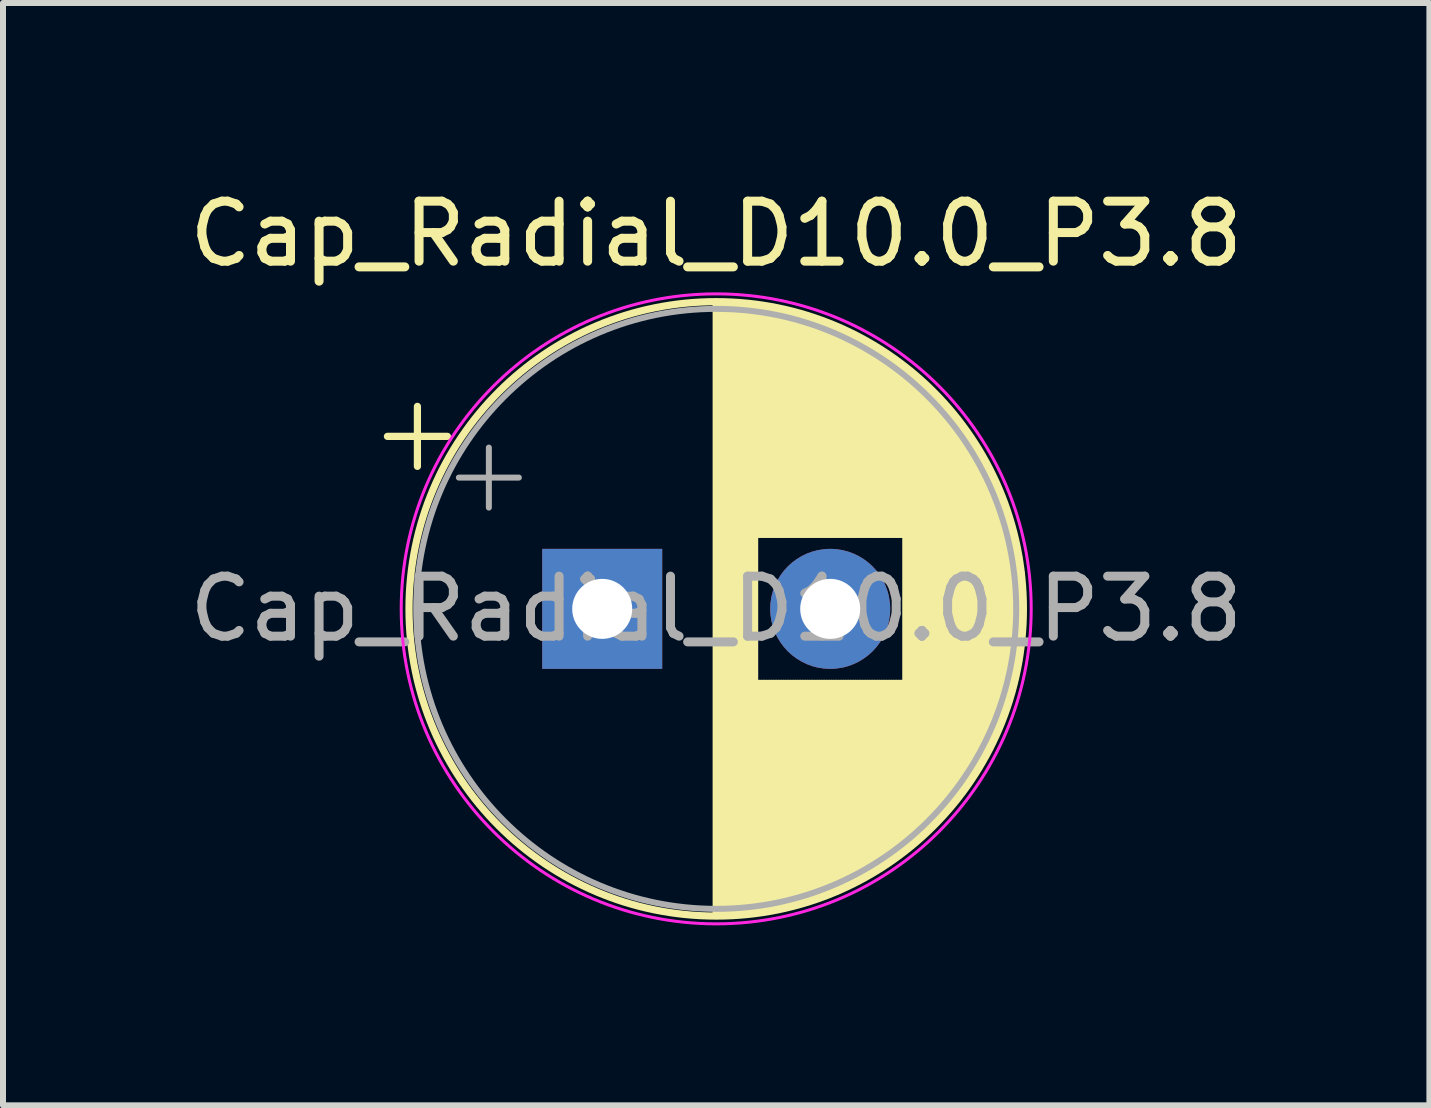
<source format=kicad_pcb>
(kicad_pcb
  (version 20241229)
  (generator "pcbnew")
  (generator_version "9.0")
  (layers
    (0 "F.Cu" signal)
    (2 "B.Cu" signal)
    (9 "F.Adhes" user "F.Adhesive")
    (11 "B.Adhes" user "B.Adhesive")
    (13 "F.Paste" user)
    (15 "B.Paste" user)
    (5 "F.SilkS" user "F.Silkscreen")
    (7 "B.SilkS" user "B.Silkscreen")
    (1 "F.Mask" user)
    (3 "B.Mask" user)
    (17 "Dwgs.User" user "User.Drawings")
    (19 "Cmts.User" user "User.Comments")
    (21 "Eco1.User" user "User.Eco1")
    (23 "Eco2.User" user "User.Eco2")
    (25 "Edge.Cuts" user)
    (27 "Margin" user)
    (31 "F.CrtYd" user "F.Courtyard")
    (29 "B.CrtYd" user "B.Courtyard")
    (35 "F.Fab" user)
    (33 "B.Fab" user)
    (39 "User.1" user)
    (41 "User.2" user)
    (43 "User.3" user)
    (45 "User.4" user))
  (footprint "Cap_Radial_D10.0_P3.8"
    (layer "F.Cu")
    (at 6.987 7.098)
    (property "Reference" "Cap_Radial_D10.0_P3.8" (at 1.9 -6.25 0) (layer "F.SilkS") (effects (font (size 1 1) (thickness 0.15))))
    (attr through_hole)
    (fp_line (start -3.58 -2.875) (end -2.58 -2.875) (stroke (width 0.12) (type solid)) (layer "F.SilkS"))
    (fp_line (start -3.08 -3.375) (end -3.08 -2.375) (stroke (width 0.12) (type solid)) (layer "F.SilkS"))
    (fp_line (start 1.9 -5.08) (end 1.9 5.08) (stroke (width 0.12) (type solid)) (layer "F.SilkS"))
    (fp_line (start 1.94 -5.08) (end 1.94 5.08) (stroke (width 0.12) (type solid)) (layer "F.SilkS"))
    (fp_line (start 1.98 -5.08) (end 1.98 5.08) (stroke (width 0.12) (type solid)) (layer "F.SilkS"))
    (fp_line (start 2.02 -5.079) (end 2.02 5.079) (stroke (width 0.12) (type solid)) (layer "F.SilkS"))
    (fp_line (start 2.06 -5.078) (end 2.06 5.078) (stroke (width 0.12) (type solid)) (layer "F.SilkS"))
    (fp_line (start 2.1 -5.077) (end 2.1 5.077) (stroke (width 0.12) (type solid)) (layer "F.SilkS"))
    (fp_line (start 2.14 -5.075) (end 2.14 5.075) (stroke (width 0.12) (type solid)) (layer "F.SilkS"))
    (fp_line (start 2.18 -5.073) (end 2.18 5.073) (stroke (width 0.12) (type solid)) (layer "F.SilkS"))
    (fp_line (start 2.22 -5.07) (end 2.22 5.07) (stroke (width 0.12) (type solid)) (layer "F.SilkS"))
    (fp_line (start 2.26 -5.068) (end 2.26 5.068) (stroke (width 0.12) (type solid)) (layer "F.SilkS"))
    (fp_line (start 2.3 -5.065) (end 2.3 5.065) (stroke (width 0.12) (type solid)) (layer "F.SilkS"))
    (fp_line (start 2.34 -5.062) (end 2.34 5.062) (stroke (width 0.12) (type solid)) (layer "F.SilkS"))
    (fp_line (start 2.38 -5.058) (end 2.38 5.058) (stroke (width 0.12) (type solid)) (layer "F.SilkS"))
    (fp_line (start 2.42 -5.054) (end 2.42 5.054) (stroke (width 0.12) (type solid)) (layer "F.SilkS"))
    (fp_line (start 2.46 -5.05) (end 2.46 5.05) (stroke (width 0.12) (type solid)) (layer "F.SilkS"))
    (fp_line (start 2.5 -5.045) (end 2.5 5.045) (stroke (width 0.12) (type solid)) (layer "F.SilkS"))
    (fp_line (start 2.54 -5.04) (end 2.54 5.04) (stroke (width 0.12) (type solid)) (layer "F.SilkS"))
    (fp_line (start 2.58 -5.035) (end 2.58 -1.241) (stroke (width 0.12) (type solid)) (layer "F.SilkS"))
    (fp_line (start 2.58 1.241) (end 2.58 5.035) (stroke (width 0.12) (type solid)) (layer "F.SilkS"))
    (fp_line (start 2.621 -5.03) (end 2.621 -1.241) (stroke (width 0.12) (type solid)) (layer "F.SilkS"))
    (fp_line (start 2.621 1.241) (end 2.621 5.03) (stroke (width 0.12) (type solid)) (layer "F.SilkS"))
    (fp_line (start 2.661 -5.024) (end 2.661 -1.241) (stroke (width 0.12) (type solid)) (layer "F.SilkS"))
    (fp_line (start 2.661 1.241) (end 2.661 5.024) (stroke (width 0.12) (type solid)) (layer "F.SilkS"))
    (fp_line (start 2.701 -5.018) (end 2.701 -1.241) (stroke (width 0.12) (type solid)) (layer "F.SilkS"))
    (fp_line (start 2.701 1.241) (end 2.701 5.018) (stroke (width 0.12) (type solid)) (layer "F.SilkS"))
    (fp_line (start 2.741 -5.011) (end 2.741 -1.241) (stroke (width 0.12) (type solid)) (layer "F.SilkS"))
    (fp_line (start 2.741 1.241) (end 2.741 5.011) (stroke (width 0.12) (type solid)) (layer "F.SilkS"))
    (fp_line (start 2.781 -5.004) (end 2.781 -1.241) (stroke (width 0.12) (type solid)) (layer "F.SilkS"))
    (fp_line (start 2.781 1.241) (end 2.781 5.004) (stroke (width 0.12) (type solid)) (layer "F.SilkS"))
    (fp_line (start 2.821 -4.997) (end 2.821 -1.241) (stroke (width 0.12) (type solid)) (layer "F.SilkS"))
    (fp_line (start 2.821 1.241) (end 2.821 4.997) (stroke (width 0.12) (type solid)) (layer "F.SilkS"))
    (fp_line (start 2.861 -4.99) (end 2.861 -1.241) (stroke (width 0.12) (type solid)) (layer "F.SilkS"))
    (fp_line (start 2.861 1.241) (end 2.861 4.99) (stroke (width 0.12) (type solid)) (layer "F.SilkS"))
    (fp_line (start 2.901 -4.982) (end 2.901 -1.241) (stroke (width 0.12) (type solid)) (layer "F.SilkS"))
    (fp_line (start 2.901 1.241) (end 2.901 4.982) (stroke (width 0.12) (type solid)) (layer "F.SilkS"))
    (fp_line (start 2.941 -4.974) (end 2.941 -1.241) (stroke (width 0.12) (type solid)) (layer "F.SilkS"))
    (fp_line (start 2.941 1.241) (end 2.941 4.974) (stroke (width 0.12) (type solid)) (layer "F.SilkS"))
    (fp_line (start 2.981 -4.965) (end 2.981 -1.241) (stroke (width 0.12) (type solid)) (layer "F.SilkS"))
    (fp_line (start 2.981 1.241) (end 2.981 4.965) (stroke (width 0.12) (type solid)) (layer "F.SilkS"))
    (fp_line (start 3.021 -4.956) (end 3.021 -1.241) (stroke (width 0.12) (type solid)) (layer "F.SilkS"))
    (fp_line (start 3.021 1.241) (end 3.021 4.956) (stroke (width 0.12) (type solid)) (layer "F.SilkS"))
    (fp_line (start 3.061 -4.947) (end 3.061 -1.241) (stroke (width 0.12) (type solid)) (layer "F.SilkS"))
    (fp_line (start 3.061 1.241) (end 3.061 4.947) (stroke (width 0.12) (type solid)) (layer "F.SilkS"))
    (fp_line (start 3.101 -4.938) (end 3.101 -1.241) (stroke (width 0.12) (type solid)) (layer "F.SilkS"))
    (fp_line (start 3.101 1.241) (end 3.101 4.938) (stroke (width 0.12) (type solid)) (layer "F.SilkS"))
    (fp_line (start 3.141 -4.928) (end 3.141 -1.241) (stroke (width 0.12) (type solid)) (layer "F.SilkS"))
    (fp_line (start 3.141 1.241) (end 3.141 4.928) (stroke (width 0.12) (type solid)) (layer "F.SilkS"))
    (fp_line (start 3.181 -4.918) (end 3.181 -1.241) (stroke (width 0.12) (type solid)) (layer "F.SilkS"))
    (fp_line (start 3.181 1.241) (end 3.181 4.918) (stroke (width 0.12) (type solid)) (layer "F.SilkS"))
    (fp_line (start 3.221 -4.907) (end 3.221 -1.241) (stroke (width 0.12) (type solid)) (layer "F.SilkS"))
    (fp_line (start 3.221 1.241) (end 3.221 4.907) (stroke (width 0.12) (type solid)) (layer "F.SilkS"))
    (fp_line (start 3.261 -4.897) (end 3.261 -1.241) (stroke (width 0.12) (type solid)) (layer "F.SilkS"))
    (fp_line (start 3.261 1.241) (end 3.261 4.897) (stroke (width 0.12) (type solid)) (layer "F.SilkS"))
    (fp_line (start 3.301 -4.885) (end 3.301 -1.241) (stroke (width 0.12) (type solid)) (layer "F.SilkS"))
    (fp_line (start 3.301 1.241) (end 3.301 4.885) (stroke (width 0.12) (type solid)) (layer "F.SilkS"))
    (fp_line (start 3.341 -4.874) (end 3.341 -1.241) (stroke (width 0.12) (type solid)) (layer "F.SilkS"))
    (fp_line (start 3.341 1.241) (end 3.341 4.874) (stroke (width 0.12) (type solid)) (layer "F.SilkS"))
    (fp_line (start 3.381 -4.862) (end 3.381 -1.241) (stroke (width 0.12) (type solid)) (layer "F.SilkS"))
    (fp_line (start 3.381 1.241) (end 3.381 4.862) (stroke (width 0.12) (type solid)) (layer "F.SilkS"))
    (fp_line (start 3.421 -4.85) (end 3.421 -1.241) (stroke (width 0.12) (type solid)) (layer "F.SilkS"))
    (fp_line (start 3.421 1.241) (end 3.421 4.85) (stroke (width 0.12) (type solid)) (layer "F.SilkS"))
    (fp_line (start 3.461 -4.837) (end 3.461 -1.241) (stroke (width 0.12) (type solid)) (layer "F.SilkS"))
    (fp_line (start 3.461 1.241) (end 3.461 4.837) (stroke (width 0.12) (type solid)) (layer "F.SilkS"))
    (fp_line (start 3.501 -4.824) (end 3.501 -1.241) (stroke (width 0.12) (type solid)) (layer "F.SilkS"))
    (fp_line (start 3.501 1.241) (end 3.501 4.824) (stroke (width 0.12) (type solid)) (layer "F.SilkS"))
    (fp_line (start 3.541 -4.811) (end 3.541 -1.241) (stroke (width 0.12) (type solid)) (layer "F.SilkS"))
    (fp_line (start 3.541 1.241) (end 3.541 4.811) (stroke (width 0.12) (type solid)) (layer "F.SilkS"))
    (fp_line (start 3.581 -4.797) (end 3.581 -1.241) (stroke (width 0.12) (type solid)) (layer "F.SilkS"))
    (fp_line (start 3.581 1.241) (end 3.581 4.797) (stroke (width 0.12) (type solid)) (layer "F.SilkS"))
    (fp_line (start 3.621 -4.783) (end 3.621 -1.241) (stroke (width 0.12) (type solid)) (layer "F.SilkS"))
    (fp_line (start 3.621 1.241) (end 3.621 4.783) (stroke (width 0.12) (type solid)) (layer "F.SilkS"))
    (fp_line (start 3.661 -4.768) (end 3.661 -1.241) (stroke (width 0.12) (type solid)) (layer "F.SilkS"))
    (fp_line (start 3.661 1.241) (end 3.661 4.768) (stroke (width 0.12) (type solid)) (layer "F.SilkS"))
    (fp_line (start 3.701 -4.754) (end 3.701 -1.241) (stroke (width 0.12) (type solid)) (layer "F.SilkS"))
    (fp_line (start 3.701 1.241) (end 3.701 4.754) (stroke (width 0.12) (type solid)) (layer "F.SilkS"))
    (fp_line (start 3.741 -4.738) (end 3.741 -1.241) (stroke (width 0.12) (type solid)) (layer "F.SilkS"))
    (fp_line (start 3.741 1.241) (end 3.741 4.738) (stroke (width 0.12) (type solid)) (layer "F.SilkS"))
    (fp_line (start 3.781 -4.723) (end 3.781 -1.241) (stroke (width 0.12) (type solid)) (layer "F.SilkS"))
    (fp_line (start 3.781 1.241) (end 3.781 4.723) (stroke (width 0.12) (type solid)) (layer "F.SilkS"))
    (fp_line (start 3.821 -4.707) (end 3.821 -1.241) (stroke (width 0.12) (type solid)) (layer "F.SilkS"))
    (fp_line (start 3.821 1.241) (end 3.821 4.707) (stroke (width 0.12) (type solid)) (layer "F.SilkS"))
    (fp_line (start 3.861 -4.69) (end 3.861 -1.241) (stroke (width 0.12) (type solid)) (layer "F.SilkS"))
    (fp_line (start 3.861 1.241) (end 3.861 4.69) (stroke (width 0.12) (type solid)) (layer "F.SilkS"))
    (fp_line (start 3.901 -4.674) (end 3.901 -1.241) (stroke (width 0.12) (type solid)) (layer "F.SilkS"))
    (fp_line (start 3.901 1.241) (end 3.901 4.674) (stroke (width 0.12) (type solid)) (layer "F.SilkS"))
    (fp_line (start 3.941 -4.657) (end 3.941 -1.241) (stroke (width 0.12) (type solid)) (layer "F.SilkS"))
    (fp_line (start 3.941 1.241) (end 3.941 4.657) (stroke (width 0.12) (type solid)) (layer "F.SilkS"))
    (fp_line (start 3.981 -4.639) (end 3.981 -1.241) (stroke (width 0.12) (type solid)) (layer "F.SilkS"))
    (fp_line (start 3.981 1.241) (end 3.981 4.639) (stroke (width 0.12) (type solid)) (layer "F.SilkS"))
    (fp_line (start 4.021 -4.621) (end 4.021 -1.241) (stroke (width 0.12) (type solid)) (layer "F.SilkS"))
    (fp_line (start 4.021 1.241) (end 4.021 4.621) (stroke (width 0.12) (type solid)) (layer "F.SilkS"))
    (fp_line (start 4.061 -4.603) (end 4.061 -1.241) (stroke (width 0.12) (type solid)) (layer "F.SilkS"))
    (fp_line (start 4.061 1.241) (end 4.061 4.603) (stroke (width 0.12) (type solid)) (layer "F.SilkS"))
    (fp_line (start 4.101 -4.584) (end 4.101 -1.241) (stroke (width 0.12) (type solid)) (layer "F.SilkS"))
    (fp_line (start 4.101 1.241) (end 4.101 4.584) (stroke (width 0.12) (type solid)) (layer "F.SilkS"))
    (fp_line (start 4.141 -4.564) (end 4.141 -1.241) (stroke (width 0.12) (type solid)) (layer "F.SilkS"))
    (fp_line (start 4.141 1.241) (end 4.141 4.564) (stroke (width 0.12) (type solid)) (layer "F.SilkS"))
    (fp_line (start 4.181 -4.545) (end 4.181 -1.241) (stroke (width 0.12) (type solid)) (layer "F.SilkS"))
    (fp_line (start 4.181 1.241) (end 4.181 4.545) (stroke (width 0.12) (type solid)) (layer "F.SilkS"))
    (fp_line (start 4.221 -4.525) (end 4.221 -1.241) (stroke (width 0.12) (type solid)) (layer "F.SilkS"))
    (fp_line (start 4.221 1.241) (end 4.221 4.525) (stroke (width 0.12) (type solid)) (layer "F.SilkS"))
    (fp_line (start 4.261 -4.504) (end 4.261 -1.241) (stroke (width 0.12) (type solid)) (layer "F.SilkS"))
    (fp_line (start 4.261 1.241) (end 4.261 4.504) (stroke (width 0.12) (type solid)) (layer "F.SilkS"))
    (fp_line (start 4.301 -4.483) (end 4.301 -1.241) (stroke (width 0.12) (type solid)) (layer "F.SilkS"))
    (fp_line (start 4.301 1.241) (end 4.301 4.483) (stroke (width 0.12) (type solid)) (layer "F.SilkS"))
    (fp_line (start 4.341 -4.462) (end 4.341 -1.241) (stroke (width 0.12) (type solid)) (layer "F.SilkS"))
    (fp_line (start 4.341 1.241) (end 4.341 4.462) (stroke (width 0.12) (type solid)) (layer "F.SilkS"))
    (fp_line (start 4.381 -4.44) (end 4.381 -1.241) (stroke (width 0.12) (type solid)) (layer "F.SilkS"))
    (fp_line (start 4.381 1.241) (end 4.381 4.44) (stroke (width 0.12) (type solid)) (layer "F.SilkS"))
    (fp_line (start 4.421 -4.417) (end 4.421 -1.241) (stroke (width 0.12) (type solid)) (layer "F.SilkS"))
    (fp_line (start 4.421 1.241) (end 4.421 4.417) (stroke (width 0.12) (type solid)) (layer "F.SilkS"))
    (fp_line (start 4.461 -4.395) (end 4.461 -1.241) (stroke (width 0.12) (type solid)) (layer "F.SilkS"))
    (fp_line (start 4.461 1.241) (end 4.461 4.395) (stroke (width 0.12) (type solid)) (layer "F.SilkS"))
    (fp_line (start 4.501 -4.371) (end 4.501 -1.241) (stroke (width 0.12) (type solid)) (layer "F.SilkS"))
    (fp_line (start 4.501 1.241) (end 4.501 4.371) (stroke (width 0.12) (type solid)) (layer "F.SilkS"))
    (fp_line (start 4.541 -4.347) (end 4.541 -1.241) (stroke (width 0.12) (type solid)) (layer "F.SilkS"))
    (fp_line (start 4.541 1.241) (end 4.541 4.347) (stroke (width 0.12) (type solid)) (layer "F.SilkS"))
    (fp_line (start 4.581 -4.323) (end 4.581 -1.241) (stroke (width 0.12) (type solid)) (layer "F.SilkS"))
    (fp_line (start 4.581 1.241) (end 4.581 4.323) (stroke (width 0.12) (type solid)) (layer "F.SilkS"))
    (fp_line (start 4.621 -4.298) (end 4.621 -1.241) (stroke (width 0.12) (type solid)) (layer "F.SilkS"))
    (fp_line (start 4.621 1.241) (end 4.621 4.298) (stroke (width 0.12) (type solid)) (layer "F.SilkS"))
    (fp_line (start 4.661 -4.273) (end 4.661 -1.241) (stroke (width 0.12) (type solid)) (layer "F.SilkS"))
    (fp_line (start 4.661 1.241) (end 4.661 4.273) (stroke (width 0.12) (type solid)) (layer "F.SilkS"))
    (fp_line (start 4.701 -4.247) (end 4.701 -1.241) (stroke (width 0.12) (type solid)) (layer "F.SilkS"))
    (fp_line (start 4.701 1.241) (end 4.701 4.247) (stroke (width 0.12) (type solid)) (layer "F.SilkS"))
    (fp_line (start 4.741 -4.221) (end 4.741 -1.241) (stroke (width 0.12) (type solid)) (layer "F.SilkS"))
    (fp_line (start 4.741 1.241) (end 4.741 4.221) (stroke (width 0.12) (type solid)) (layer "F.SilkS"))
    (fp_line (start 4.781 -4.194) (end 4.781 -1.241) (stroke (width 0.12) (type solid)) (layer "F.SilkS"))
    (fp_line (start 4.781 1.241) (end 4.781 4.194) (stroke (width 0.12) (type solid)) (layer "F.SilkS"))
    (fp_line (start 4.821 -4.166) (end 4.821 -1.241) (stroke (width 0.12) (type solid)) (layer "F.SilkS"))
    (fp_line (start 4.821 1.241) (end 4.821 4.166) (stroke (width 0.12) (type solid)) (layer "F.SilkS"))
    (fp_line (start 4.861 -4.138) (end 4.861 -1.241) (stroke (width 0.12) (type solid)) (layer "F.SilkS"))
    (fp_line (start 4.861 1.241) (end 4.861 4.138) (stroke (width 0.12) (type solid)) (layer "F.SilkS"))
    (fp_line (start 4.901 -4.11) (end 4.901 -1.241) (stroke (width 0.12) (type solid)) (layer "F.SilkS"))
    (fp_line (start 4.901 1.241) (end 4.901 4.11) (stroke (width 0.12) (type solid)) (layer "F.SilkS"))
    (fp_line (start 4.941 -4.08) (end 4.941 -1.241) (stroke (width 0.12) (type solid)) (layer "F.SilkS"))
    (fp_line (start 4.941 1.241) (end 4.941 4.08) (stroke (width 0.12) (type solid)) (layer "F.SilkS"))
    (fp_line (start 4.981 -4.05) (end 4.981 -1.241) (stroke (width 0.12) (type solid)) (layer "F.SilkS"))
    (fp_line (start 4.981 1.241) (end 4.981 4.05) (stroke (width 0.12) (type solid)) (layer "F.SilkS"))
    (fp_line (start 5.021 -4.02) (end 5.021 -1.241) (stroke (width 0.12) (type solid)) (layer "F.SilkS"))
    (fp_line (start 5.021 1.241) (end 5.021 4.02) (stroke (width 0.12) (type solid)) (layer "F.SilkS"))
    (fp_line (start 5.061 -3.989) (end 5.061 3.989) (stroke (width 0.12) (type solid)) (layer "F.SilkS"))
    (fp_line (start 5.101 -3.957) (end 5.101 3.957) (stroke (width 0.12) (type solid)) (layer "F.SilkS"))
    (fp_line (start 5.141 -3.925) (end 5.141 3.925) (stroke (width 0.12) (type solid)) (layer "F.SilkS"))
    (fp_line (start 5.181 -3.892) (end 5.181 3.892) (stroke (width 0.12) (type solid)) (layer "F.SilkS"))
    (fp_line (start 5.221 -3.858) (end 5.221 3.858) (stroke (width 0.12) (type solid)) (layer "F.SilkS"))
    (fp_line (start 5.261 -3.824) (end 5.261 3.824) (stroke (width 0.12) (type solid)) (layer "F.SilkS"))
    (fp_line (start 5.301 -3.789) (end 5.301 3.789) (stroke (width 0.12) (type solid)) (layer "F.SilkS"))
    (fp_line (start 5.341 -3.753) (end 5.341 3.753) (stroke (width 0.12) (type solid)) (layer "F.SilkS"))
    (fp_line (start 5.381 -3.716) (end 5.381 3.716) (stroke (width 0.12) (type solid)) (layer "F.SilkS"))
    (fp_line (start 5.421 -3.679) (end 5.421 3.679) (stroke (width 0.12) (type solid)) (layer "F.SilkS"))
    (fp_line (start 5.461 -3.64) (end 5.461 3.64) (stroke (width 0.12) (type solid)) (layer "F.SilkS"))
    (fp_line (start 5.501 -3.601) (end 5.501 3.601) (stroke (width 0.12) (type solid)) (layer "F.SilkS"))
    (fp_line (start 5.541 -3.561) (end 5.541 3.561) (stroke (width 0.12) (type solid)) (layer "F.SilkS"))
    (fp_line (start 5.581 -3.52) (end 5.581 3.52) (stroke (width 0.12) (type solid)) (layer "F.SilkS"))
    (fp_line (start 5.621 -3.478) (end 5.621 3.478) (stroke (width 0.12) (type solid)) (layer "F.SilkS"))
    (fp_line (start 5.661 -3.436) (end 5.661 3.436) (stroke (width 0.12) (type solid)) (layer "F.SilkS"))
    (fp_line (start 5.701 -3.392) (end 5.701 3.392) (stroke (width 0.12) (type solid)) (layer "F.SilkS"))
    (fp_line (start 5.741 -3.347) (end 5.741 3.347) (stroke (width 0.12) (type solid)) (layer "F.SilkS"))
    (fp_line (start 5.781 -3.301) (end 5.781 3.301) (stroke (width 0.12) (type solid)) (layer "F.SilkS"))
    (fp_line (start 5.821 -3.254) (end 5.821 3.254) (stroke (width 0.12) (type solid)) (layer "F.SilkS"))
    (fp_line (start 5.861 -3.206) (end 5.861 3.206) (stroke (width 0.12) (type solid)) (layer "F.SilkS"))
    (fp_line (start 5.901 -3.156) (end 5.901 3.156) (stroke (width 0.12) (type solid)) (layer "F.SilkS"))
    (fp_line (start 5.941 -3.106) (end 5.941 3.106) (stroke (width 0.12) (type solid)) (layer "F.SilkS"))
    (fp_line (start 5.981 -3.054) (end 5.981 3.054) (stroke (width 0.12) (type solid)) (layer "F.SilkS"))
    (fp_line (start 6.021 -3) (end 6.021 3) (stroke (width 0.12) (type solid)) (layer "F.SilkS"))
    (fp_line (start 6.061 -2.945) (end 6.061 2.945) (stroke (width 0.12) (type solid)) (layer "F.SilkS"))
    (fp_line (start 6.101 -2.889) (end 6.101 2.889) (stroke (width 0.12) (type solid)) (layer "F.SilkS"))
    (fp_line (start 6.141 -2.83) (end 6.141 2.83) (stroke (width 0.12) (type solid)) (layer "F.SilkS"))
    (fp_line (start 6.181 -2.77) (end 6.181 2.77) (stroke (width 0.12) (type solid)) (layer "F.SilkS"))
    (fp_line (start 6.221 -2.709) (end 6.221 2.709) (stroke (width 0.12) (type solid)) (layer "F.SilkS"))
    (fp_line (start 6.261 -2.645) (end 6.261 2.645) (stroke (width 0.12) (type solid)) (layer "F.SilkS"))
    (fp_line (start 6.301 -2.579) (end 6.301 2.579) (stroke (width 0.12) (type solid)) (layer "F.SilkS"))
    (fp_line (start 6.341 -2.51) (end 6.341 2.51) (stroke (width 0.12) (type solid)) (layer "F.SilkS"))
    (fp_line (start 6.381 -2.439) (end 6.381 2.439) (stroke (width 0.12) (type solid)) (layer "F.SilkS"))
    (fp_line (start 6.421 -2.365) (end 6.421 2.365) (stroke (width 0.12) (type solid)) (layer "F.SilkS"))
    (fp_line (start 6.461 -2.289) (end 6.461 2.289) (stroke (width 0.12) (type solid)) (layer "F.SilkS"))
    (fp_line (start 6.501 -2.209) (end 6.501 2.209) (stroke (width 0.12) (type solid)) (layer "F.SilkS"))
    (fp_line (start 6.541 -2.125) (end 6.541 2.125) (stroke (width 0.12) (type solid)) (layer "F.SilkS"))
    (fp_line (start 6.581 -2.037) (end 6.581 2.037) (stroke (width 0.12) (type solid)) (layer "F.SilkS"))
    (fp_line (start 6.621 -1.944) (end 6.621 1.944) (stroke (width 0.12) (type solid)) (layer "F.SilkS"))
    (fp_line (start 6.661 -1.846) (end 6.661 1.846) (stroke (width 0.12) (type solid)) (layer "F.SilkS"))
    (fp_line (start 6.701 -1.742) (end 6.701 1.742) (stroke (width 0.12) (type solid)) (layer "F.SilkS"))
    (fp_line (start 6.741 -1.63) (end 6.741 1.63) (stroke (width 0.12) (type solid)) (layer "F.SilkS"))
    (fp_line (start 6.781 -1.51) (end 6.781 1.51) (stroke (width 0.12) (type solid)) (layer "F.SilkS"))
    (fp_line (start 6.821 -1.378) (end 6.821 1.378) (stroke (width 0.12) (type solid)) (layer "F.SilkS"))
    (fp_line (start 6.861 -1.23) (end 6.861 1.23) (stroke (width 0.12) (type solid)) (layer "F.SilkS"))
    (fp_line (start 6.901 -1.062) (end 6.901 1.062) (stroke (width 0.12) (type solid)) (layer "F.SilkS"))
    (fp_line (start 6.941 -0.862) (end 6.941 0.862) (stroke (width 0.12) (type solid)) (layer "F.SilkS"))
    (fp_line (start 6.981 -0.599) (end 6.981 0.599) (stroke (width 0.12) (type solid)) (layer "F.SilkS"))
    (fp_circle (center 1.9 0) (end 7.02 0) (stroke (width 0.12) (type solid)) (fill no) (layer "F.SilkS"))
    (fp_circle (center 1.9 0) (end 7.15 0) (stroke (width 0.05) (type solid)) (fill no) (layer "F.CrtYd"))
    (fp_line (start -2.389 -2.188) (end -1.389 -2.188) (stroke (width 0.1) (type solid)) (layer "F.Fab"))
    (fp_line (start -1.889 -2.688) (end -1.889 -1.688) (stroke (width 0.1) (type solid)) (layer "F.Fab"))
    (fp_circle (center 1.9 0) (end 6.9 0) (stroke (width 0.1) (type solid)) (fill no) (layer "F.Fab"))
    (fp_text user "${REFERENCE}" (at 1.9 0 0) (layer "F.Fab") (effects (font (size 1 1) (thickness 0.15))))
    (pad "1" thru_hole rect (at 0 0) (size 2 2) (drill 1) (layers "*.Cu" "*.Mask"))
    (pad "2" thru_hole circle (at 3.8 0) (size 2 2) (drill 1) (layers "*.Cu" "*.Mask")))
  (gr_rect
    (start -3 -3)
    (end 20.774 15.373)
    (stroke (width 0.1) (type default))
    (fill no)
    (layer "Edge.Cuts")))
</source>
